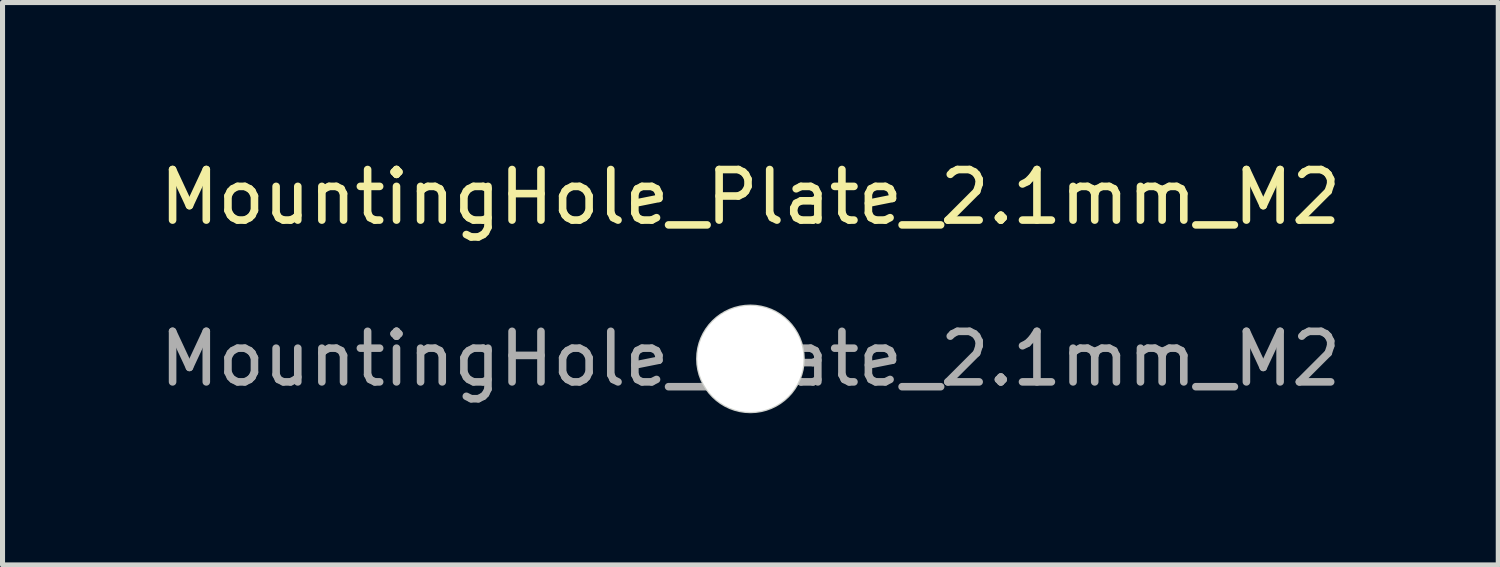
<source format=kicad_pcb>
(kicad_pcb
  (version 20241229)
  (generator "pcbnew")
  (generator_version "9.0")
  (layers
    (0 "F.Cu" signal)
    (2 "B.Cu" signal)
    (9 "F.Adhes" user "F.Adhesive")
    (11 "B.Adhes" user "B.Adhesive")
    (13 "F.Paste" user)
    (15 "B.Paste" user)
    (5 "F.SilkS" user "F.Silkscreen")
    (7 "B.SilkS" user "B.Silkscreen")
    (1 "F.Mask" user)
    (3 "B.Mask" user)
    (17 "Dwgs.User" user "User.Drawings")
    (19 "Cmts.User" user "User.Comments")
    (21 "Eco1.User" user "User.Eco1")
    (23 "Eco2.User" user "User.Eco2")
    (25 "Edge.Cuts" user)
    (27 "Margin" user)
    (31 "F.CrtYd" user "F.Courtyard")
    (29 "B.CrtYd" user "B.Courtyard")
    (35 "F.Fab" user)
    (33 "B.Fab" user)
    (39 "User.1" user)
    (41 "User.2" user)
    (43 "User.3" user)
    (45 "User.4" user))
  (footprint "MountingHole_Plate_2.1mm_M2"
    (layer "F.Cu")
    (at 11.792 4.048)
    (property "Reference" "MountingHole_Plate_2.1mm_M2" (at 0 -3.2 0) (layer "F.SilkS") (effects (font (size 1 1) (thickness 0.15))))
    (attr exclude_from_pos_files exclude_from_bom)
    (fp_circle (center 0 0) (end 1.05 0) (stroke (width 0.05) (type solid)) (fill no) (layer "Edge.Cuts"))
    (fp_text user "${REFERENCE}" (at 0 0 0) (layer "F.Fab") (effects (font (size 1 1) (thickness 0.15))))
    (pad "" np_thru_hole circle (at 0 0) (size 2.1 2.1) (drill 2.1) (layers "*.Cu" "*.Mask")))
  (gr_rect
    (start -3 -3)
    (end 26.583 8.123)
    (stroke (width 0.1) (type default))
    (fill no)
    (layer "Edge.Cuts")))
</source>
